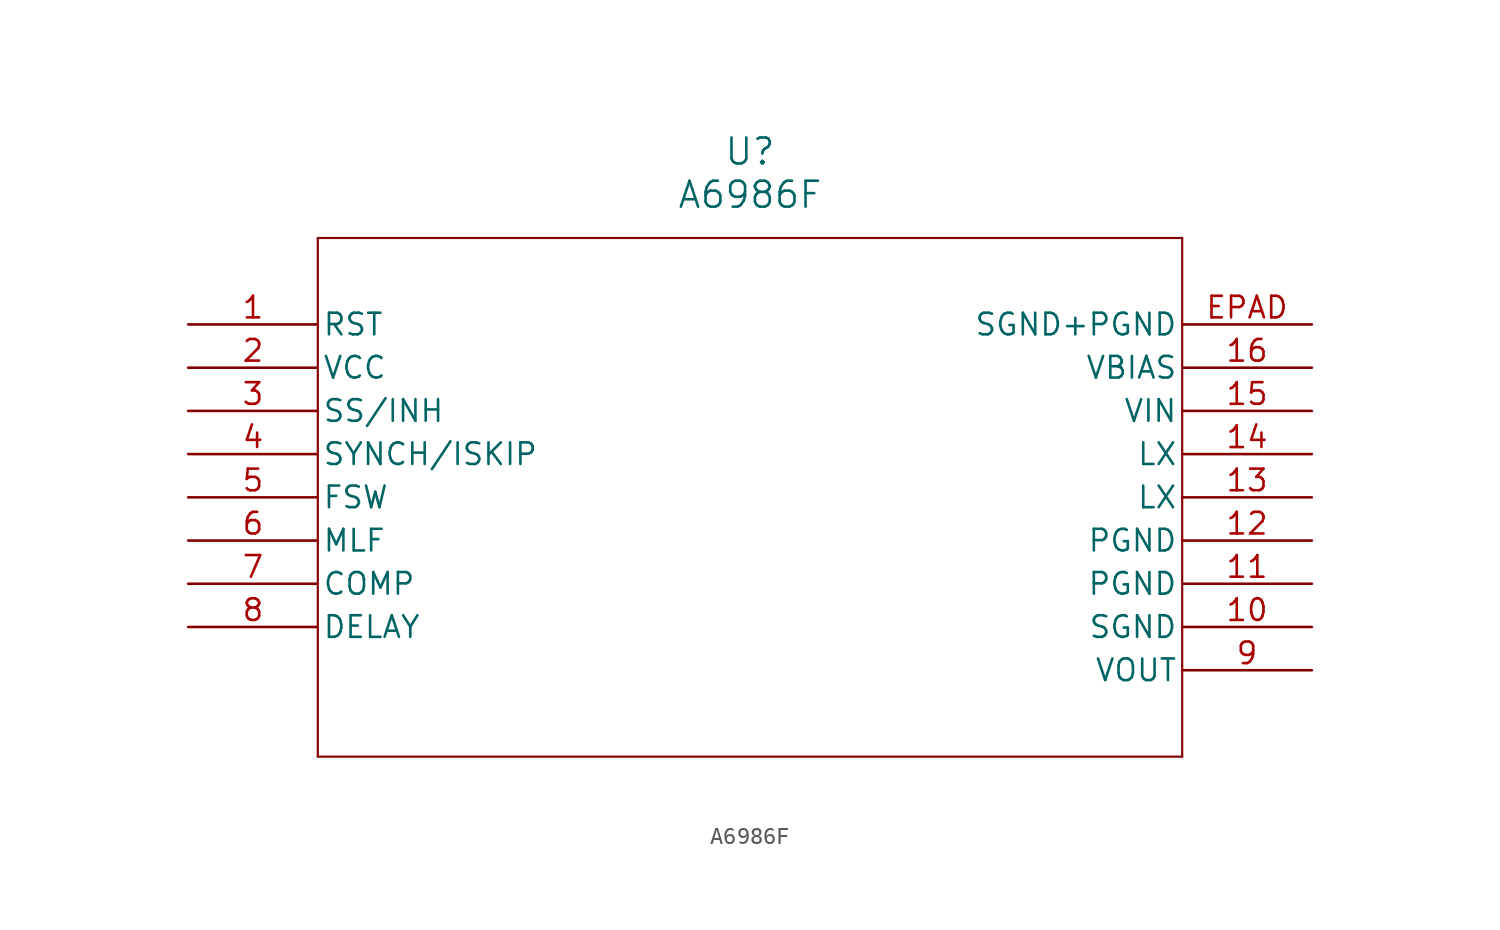
<source format=kicad_sym>
(kicad_symbol_lib
  (version 20231120)
  (generator "kicad_symbol_editor")
  (generator_version "8.0")
  (symbol "A6986F"
    (pin_names
      (offset 0.254))
    (property "Reference" "U"
      (at 33.02 10.16 0)
      (effects (font (size 1.524 1.524))))
    (property "Value" "A6986F"
      (at 33.02 7.62 0)
      (effects (font (size 1.524 1.524))))
    (property "ki_locked" ""
      (at 0 0 0)
      (effects (font (size 1.27 1.27))))
    (symbol "A6986F_0_1"
      (polyline (pts (xy 7.62 -25.4) (xy 58.42 -25.4)) (stroke (width 0.127) (type default)) (fill (type none)))
      (polyline (pts (xy 7.62 5.08) (xy 7.62 -25.4)) (stroke (width 0.127) (type default)) (fill (type none)))
      (polyline (pts (xy 58.42 -25.4) (xy 58.42 5.08)) (stroke (width 0.127) (type default)) (fill (type none)))
      (polyline (pts (xy 58.42 5.08) (xy 7.62 5.08)) (stroke (width 0.127) (type default)) (fill (type none)))
      (pin unspecified line (at 0 0 0) (length 7.62) (name "RST" (effects (font (size 1.27 1.27)))) (number "1" (effects (font (size 1.27 1.27)))))
      (pin unspecified line (at 66.04 -10.16 180) (length 7.62) (name "LX" (effects (font (size 1.27 1.27)))) (number "13" (effects (font (size 1.27 1.27)))))
      (pin unspecified line (at 66.04 -2.54 180) (length 7.62) (name "VBIAS" (effects (font (size 1.27 1.27)))) (number "16" (effects (font (size 1.27 1.27)))))
      (pin unspecified line (at 0 -5.08 0) (length 7.62) (name "SS/INH" (effects (font (size 1.27 1.27)))) (number "3" (effects (font (size 1.27 1.27)))))
      (pin unspecified line (at 0 -7.62 0) (length 7.62) (name "SYNCH/ISKIP" (effects (font (size 1.27 1.27)))) (number "4" (effects (font (size 1.27 1.27)))))
      (pin unspecified line (at 0 -10.16 0) (length 7.62) (name "FSW" (effects (font (size 1.27 1.27)))) (number "5" (effects (font (size 1.27 1.27)))))
      (pin unspecified line (at 0 -12.7 0) (length 7.62) (name "MLF" (effects (font (size 1.27 1.27)))) (number "6" (effects (font (size 1.27 1.27)))))
      (pin unspecified line (at 0 -15.24 0) (length 7.62) (name "COMP" (effects (font (size 1.27 1.27)))) (number "7" (effects (font (size 1.27 1.27)))))
      (pin unspecified line (at 0 -17.78 0) (length 7.62) (name "DELAY" (effects (font (size 1.27 1.27)))) (number "8" (effects (font (size 1.27 1.27)))))
      (pin output line (at 66.04 -20.32 180) (length 7.62) (name "VOUT" (effects (font (size 1.27 1.27)))) (number "9" (effects (font (size 1.27 1.27))))))
    (symbol "A6986F_1_1"
      (pin passive line (at 66.04 -17.78 180) (length 7.62) (name "SGND" (effects (font (size 1.27 1.27)))) (number "10" (effects (font (size 1.27 1.27)))))
      (pin unspecified line (at 66.04 -15.24 180) (length 7.62) (name "PGND" (effects (font (size 1.27 1.27)))) (number "11" (effects (font (size 1.27 1.27)))))
      (pin passive line (at 66.04 -12.7 180) (length 7.62) (name "PGND" (effects (font (size 1.27 1.27)))) (number "12" (effects (font (size 1.27 1.27)))))
      (pin power_out line (at 66.04 -7.62 180) (length 7.62) (name "LX" (effects (font (size 1.27 1.27)))) (number "14" (effects (font (size 1.27 1.27)))))
      (pin power_in line (at 66.04 -5.08 180) (length 7.62) (name "VIN" (effects (font (size 1.27 1.27)))) (number "15" (effects (font (size 1.27 1.27)))))
      (pin unspecified line (at 0 -2.54 0) (length 7.62) (name "VCC" (effects (font (size 1.27 1.27)))) (number "2" (effects (font (size 1.27 1.27)))))
      (pin passive line (at 66.04 0 180) (length 7.62) (name "SGND+PGND" (effects (font (size 1.27 1.27)))) (number "EPAD" (effects (font (size 1.27 1.27))))))))
</source>
